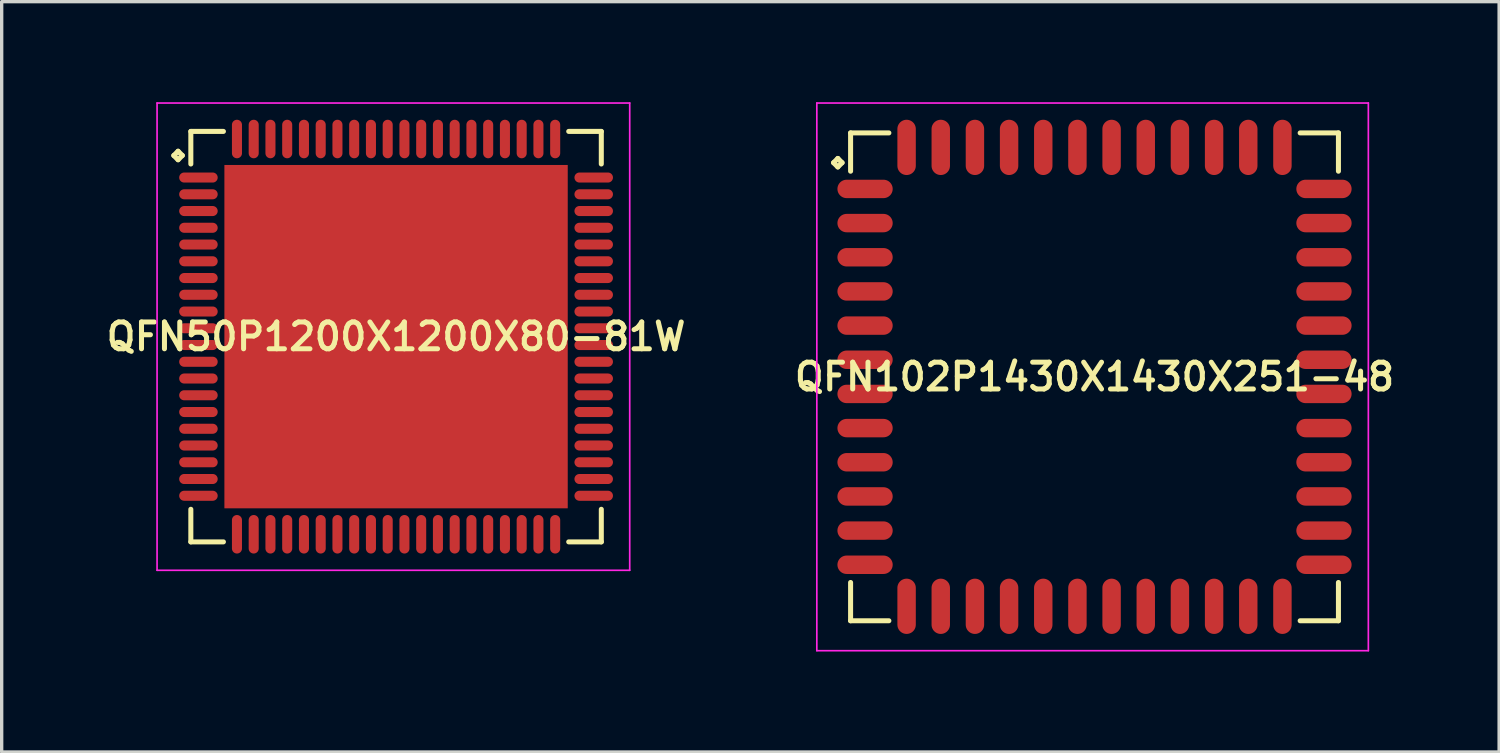
<source format=kicad_pcb>
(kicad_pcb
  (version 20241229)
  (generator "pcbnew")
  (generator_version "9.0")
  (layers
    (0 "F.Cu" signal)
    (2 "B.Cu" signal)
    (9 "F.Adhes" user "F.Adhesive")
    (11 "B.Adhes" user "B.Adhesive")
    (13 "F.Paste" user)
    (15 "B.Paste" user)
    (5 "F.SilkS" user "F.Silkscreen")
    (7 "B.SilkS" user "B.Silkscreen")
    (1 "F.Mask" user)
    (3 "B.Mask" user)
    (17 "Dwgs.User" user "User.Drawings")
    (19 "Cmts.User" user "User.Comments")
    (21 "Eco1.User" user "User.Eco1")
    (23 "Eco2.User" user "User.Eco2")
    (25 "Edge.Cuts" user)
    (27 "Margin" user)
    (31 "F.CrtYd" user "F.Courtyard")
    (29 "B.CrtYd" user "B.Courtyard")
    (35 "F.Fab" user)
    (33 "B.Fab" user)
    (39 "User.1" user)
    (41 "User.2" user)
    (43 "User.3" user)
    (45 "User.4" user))
  (footprint "QFN50P1200X1200X80-81W"
    (layer "F.Cu")
    (at 8.774 7)
    (property "Reference" "QFN50P1200X1200X80-81W" (at 0 0 0) (layer "F.SilkS") (effects (font (size 0.8 0.8) (thickness 0.15))))
    (attr smd)
    (fp_line (start -6.635 -5.408) (end -6.508 -5.535) (stroke (width 0.15) (type solid)) (layer "F.SilkS"))
    (fp_line (start -6.508 -5.535) (end -6.381 -5.408) (stroke (width 0.15) (type solid)) (layer "F.SilkS"))
    (fp_line (start -6.508 -5.281) (end -6.635 -5.408) (stroke (width 0.15) (type solid)) (layer "F.SilkS"))
    (fp_line (start -6.381 -5.408) (end -6.508 -5.281) (stroke (width 0.15) (type solid)) (layer "F.SilkS"))
    (fp_line (start -6.127 -6.127) (end -5.154 -6.127) (stroke (width 0.15) (type solid)) (layer "F.SilkS"))
    (fp_line (start -6.127 -5.154) (end -6.127 -6.127) (stroke (width 0.15) (type solid)) (layer "F.SilkS"))
    (fp_line (start -6.127 5.154) (end -6.127 6.127) (stroke (width 0.15) (type solid)) (layer "F.SilkS"))
    (fp_line (start -6.127 6.127) (end -5.154 6.127) (stroke (width 0.15) (type solid)) (layer "F.SilkS"))
    (fp_line (start 5.154 -6.127) (end 6.127 -6.127) (stroke (width 0.15) (type solid)) (layer "F.SilkS"))
    (fp_line (start 5.154 6.127) (end 6.127 6.127) (stroke (width 0.15) (type solid)) (layer "F.SilkS"))
    (fp_line (start 6.127 -6.127) (end 6.127 -5.154) (stroke (width 0.15) (type solid)) (layer "F.SilkS"))
    (fp_line (start 6.127 6.127) (end 6.127 5.154) (stroke (width 0.15) (type solid)) (layer "F.SilkS"))
    (fp_line (start -7.135 -6.975) (end 6.975 -6.975) (stroke (width 0.05) (type solid)) (layer "F.CrtYd"))
    (fp_line (start -7.135 6.975) (end -7.135 -6.975) (stroke (width 0.05) (type solid)) (layer "F.CrtYd"))
    (fp_line (start 6.975 -6.975) (end 6.975 6.975) (stroke (width 0.05) (type solid)) (layer "F.CrtYd"))
    (fp_line (start 6.975 6.975) (end -7.135 6.975) (stroke (width 0.05) (type solid)) (layer "F.CrtYd"))
    (pad "1" smd oval (at -5.9 -4.75) (size 1.15 0.3) (layers "F.Cu" "F.Mask" "F.Paste"))
    (pad "2" smd oval (at -5.9 -4.25) (size 1.15 0.3) (layers "F.Cu" "F.Mask" "F.Paste"))
    (pad "3" smd oval (at -5.9 -3.75) (size 1.15 0.3) (layers "F.Cu" "F.Mask" "F.Paste"))
    (pad "4" smd oval (at -5.9 -3.25) (size 1.15 0.3) (layers "F.Cu" "F.Mask" "F.Paste"))
    (pad "5" smd oval (at -5.9 -2.75) (size 1.15 0.3) (layers "F.Cu" "F.Mask" "F.Paste"))
    (pad "6" smd oval (at -5.9 -2.25) (size 1.15 0.3) (layers "F.Cu" "F.Mask" "F.Paste"))
    (pad "7" smd oval (at -5.9 -1.75) (size 1.15 0.3) (layers "F.Cu" "F.Mask" "F.Paste"))
    (pad "8" smd oval (at -5.9 -1.25) (size 1.15 0.3) (layers "F.Cu" "F.Mask" "F.Paste"))
    (pad "9" smd oval (at -5.9 -0.75) (size 1.15 0.3) (layers "F.Cu" "F.Mask" "F.Paste"))
    (pad "10" smd oval (at -5.9 -0.25) (size 1.15 0.3) (layers "F.Cu" "F.Mask" "F.Paste"))
    (pad "11" smd oval (at -5.9 0.25) (size 1.15 0.3) (layers "F.Cu" "F.Mask" "F.Paste"))
    (pad "12" smd oval (at -5.9 0.75) (size 1.15 0.3) (layers "F.Cu" "F.Mask" "F.Paste"))
    (pad "13" smd oval (at -5.9 1.25) (size 1.15 0.3) (layers "F.Cu" "F.Mask" "F.Paste"))
    (pad "14" smd oval (at -5.9 1.75) (size 1.15 0.3) (layers "F.Cu" "F.Mask" "F.Paste"))
    (pad "15" smd oval (at -5.9 2.25) (size 1.15 0.3) (layers "F.Cu" "F.Mask" "F.Paste"))
    (pad "16" smd oval (at -5.9 2.75) (size 1.15 0.3) (layers "F.Cu" "F.Mask" "F.Paste"))
    (pad "17" smd oval (at -5.9 3.25) (size 1.15 0.3) (layers "F.Cu" "F.Mask" "F.Paste"))
    (pad "18" smd oval (at -5.9 3.75) (size 1.15 0.3) (layers "F.Cu" "F.Mask" "F.Paste"))
    (pad "19" smd oval (at -5.9 4.25) (size 1.15 0.3) (layers "F.Cu" "F.Mask" "F.Paste"))
    (pad "20" smd oval (at -5.9 4.75) (size 1.15 0.3) (layers "F.Cu" "F.Mask" "F.Paste"))
    (pad "21" smd oval (at -4.75 5.9) (size 0.3 1.15) (layers "F.Cu" "F.Mask" "F.Paste"))
    (pad "22" smd oval (at -4.25 5.9) (size 0.3 1.15) (layers "F.Cu" "F.Mask" "F.Paste"))
    (pad "23" smd oval (at -3.75 5.9) (size 0.3 1.15) (layers "F.Cu" "F.Mask" "F.Paste"))
    (pad "24" smd oval (at -3.25 5.9) (size 0.3 1.15) (layers "F.Cu" "F.Mask" "F.Paste"))
    (pad "25" smd oval (at -2.75 5.9) (size 0.3 1.15) (layers "F.Cu" "F.Mask" "F.Paste"))
    (pad "26" smd oval (at -2.25 5.9) (size 0.3 1.15) (layers "F.Cu" "F.Mask" "F.Paste"))
    (pad "27" smd oval (at -1.75 5.9) (size 0.3 1.15) (layers "F.Cu" "F.Mask" "F.Paste"))
    (pad "28" smd oval (at -1.25 5.9) (size 0.3 1.15) (layers "F.Cu" "F.Mask" "F.Paste"))
    (pad "29" smd oval (at -0.75 5.9) (size 0.3 1.15) (layers "F.Cu" "F.Mask" "F.Paste"))
    (pad "30" smd oval (at -0.25 5.9) (size 0.3 1.15) (layers "F.Cu" "F.Mask" "F.Paste"))
    (pad "31" smd oval (at 0.25 5.9) (size 0.3 1.15) (layers "F.Cu" "F.Mask" "F.Paste"))
    (pad "32" smd oval (at 0.75 5.9) (size 0.3 1.15) (layers "F.Cu" "F.Mask" "F.Paste"))
    (pad "33" smd oval (at 1.25 5.9) (size 0.3 1.15) (layers "F.Cu" "F.Mask" "F.Paste"))
    (pad "34" smd oval (at 1.75 5.9) (size 0.3 1.15) (layers "F.Cu" "F.Mask" "F.Paste"))
    (pad "35" smd oval (at 2.25 5.9) (size 0.3 1.15) (layers "F.Cu" "F.Mask" "F.Paste"))
    (pad "36" smd oval (at 2.75 5.9) (size 0.3 1.15) (layers "F.Cu" "F.Mask" "F.Paste"))
    (pad "37" smd oval (at 3.25 5.9) (size 0.3 1.15) (layers "F.Cu" "F.Mask" "F.Paste"))
    (pad "38" smd oval (at 3.75 5.9) (size 0.3 1.15) (layers "F.Cu" "F.Mask" "F.Paste"))
    (pad "39" smd oval (at 4.25 5.9) (size 0.3 1.15) (layers "F.Cu" "F.Mask" "F.Paste"))
    (pad "40" smd oval (at 4.75 5.9) (size 0.3 1.15) (layers "F.Cu" "F.Mask" "F.Paste"))
    (pad "41" smd oval (at 5.9 4.75) (size 1.15 0.3) (layers "F.Cu" "F.Mask" "F.Paste"))
    (pad "42" smd oval (at 5.9 4.25) (size 1.15 0.3) (layers "F.Cu" "F.Mask" "F.Paste"))
    (pad "43" smd oval (at 5.9 3.75) (size 1.15 0.3) (layers "F.Cu" "F.Mask" "F.Paste"))
    (pad "44" smd oval (at 5.9 3.25) (size 1.15 0.3) (layers "F.Cu" "F.Mask" "F.Paste"))
    (pad "45" smd oval (at 5.9 2.75) (size 1.15 0.3) (layers "F.Cu" "F.Mask" "F.Paste"))
    (pad "46" smd oval (at 5.9 2.25) (size 1.15 0.3) (layers "F.Cu" "F.Mask" "F.Paste"))
    (pad "47" smd oval (at 5.9 1.75) (size 1.15 0.3) (layers "F.Cu" "F.Mask" "F.Paste"))
    (pad "48" smd oval (at 5.9 1.25) (size 1.15 0.3) (layers "F.Cu" "F.Mask" "F.Paste"))
    (pad "49" smd oval (at 5.9 0.75) (size 1.15 0.3) (layers "F.Cu" "F.Mask" "F.Paste"))
    (pad "50" smd oval (at 5.9 0.25) (size 1.15 0.3) (layers "F.Cu" "F.Mask" "F.Paste"))
    (pad "51" smd oval (at 5.9 -0.25) (size 1.15 0.3) (layers "F.Cu" "F.Mask" "F.Paste"))
    (pad "52" smd oval (at 5.9 -0.75) (size 1.15 0.3) (layers "F.Cu" "F.Mask" "F.Paste"))
    (pad "53" smd oval (at 5.9 -1.25) (size 1.15 0.3) (layers "F.Cu" "F.Mask" "F.Paste"))
    (pad "54" smd oval (at 5.9 -1.75) (size 1.15 0.3) (layers "F.Cu" "F.Mask" "F.Paste"))
    (pad "55" smd oval (at 5.9 -2.25) (size 1.15 0.3) (layers "F.Cu" "F.Mask" "F.Paste"))
    (pad "56" smd oval (at 5.9 -2.75) (size 1.15 0.3) (layers "F.Cu" "F.Mask" "F.Paste"))
    (pad "57" smd oval (at 5.9 -3.25) (size 1.15 0.3) (layers "F.Cu" "F.Mask" "F.Paste"))
    (pad "58" smd oval (at 5.9 -3.75) (size 1.15 0.3) (layers "F.Cu" "F.Mask" "F.Paste"))
    (pad "59" smd oval (at 5.9 -4.25) (size 1.15 0.3) (layers "F.Cu" "F.Mask" "F.Paste"))
    (pad "60" smd oval (at 5.9 -4.75) (size 1.15 0.3) (layers "F.Cu" "F.Mask" "F.Paste"))
    (pad "61" smd oval (at 4.75 -5.9) (size 0.3 1.15) (layers "F.Cu" "F.Mask" "F.Paste"))
    (pad "62" smd oval (at 4.25 -5.9) (size 0.3 1.15) (layers "F.Cu" "F.Mask" "F.Paste"))
    (pad "63" smd oval (at 3.75 -5.9) (size 0.3 1.15) (layers "F.Cu" "F.Mask" "F.Paste"))
    (pad "64" smd oval (at 3.25 -5.9) (size 0.3 1.15) (layers "F.Cu" "F.Mask" "F.Paste"))
    (pad "65" smd oval (at 2.75 -5.9) (size 0.3 1.15) (layers "F.Cu" "F.Mask" "F.Paste"))
    (pad "66" smd oval (at 2.25 -5.9) (size 0.3 1.15) (layers "F.Cu" "F.Mask" "F.Paste"))
    (pad "67" smd oval (at 1.75 -5.9) (size 0.3 1.15) (layers "F.Cu" "F.Mask" "F.Paste"))
    (pad "68" smd oval (at 1.25 -5.9) (size 0.3 1.15) (layers "F.Cu" "F.Mask" "F.Paste"))
    (pad "69" smd oval (at 0.75 -5.9) (size 0.3 1.15) (layers "F.Cu" "F.Mask" "F.Paste"))
    (pad "70" smd oval (at 0.25 -5.9) (size 0.3 1.15) (layers "F.Cu" "F.Mask" "F.Paste"))
    (pad "71" smd oval (at -0.25 -5.9) (size 0.3 1.15) (layers "F.Cu" "F.Mask" "F.Paste"))
    (pad "72" smd oval (at -0.75 -5.9) (size 0.3 1.15) (layers "F.Cu" "F.Mask" "F.Paste"))
    (pad "73" smd oval (at -1.25 -5.9) (size 0.3 1.15) (layers "F.Cu" "F.Mask" "F.Paste"))
    (pad "74" smd oval (at -1.75 -5.9) (size 0.3 1.15) (layers "F.Cu" "F.Mask" "F.Paste"))
    (pad "75" smd oval (at -2.25 -5.9) (size 0.3 1.15) (layers "F.Cu" "F.Mask" "F.Paste"))
    (pad "76" smd oval (at -2.75 -5.9) (size 0.3 1.15) (layers "F.Cu" "F.Mask" "F.Paste"))
    (pad "77" smd oval (at -3.25 -5.9) (size 0.3 1.15) (layers "F.Cu" "F.Mask" "F.Paste"))
    (pad "78" smd oval (at -3.75 -5.9) (size 0.3 1.15) (layers "F.Cu" "F.Mask" "F.Paste"))
    (pad "79" smd oval (at -4.25 -5.9) (size 0.3 1.15) (layers "F.Cu" "F.Mask" "F.Paste"))
    (pad "80" smd oval (at -4.75 -5.9) (size 0.3 1.15) (layers "F.Cu" "F.Mask" "F.Paste"))
    (pad "81" smd rect (at 0 0) (size 10.25 10.25) (layers "F.Cu" "F.Mask" "F.Paste")))
  (footprint "QFN102P1430X1430X251-48"
    (layer "F.Cu")
    (at 29.625 8.2)
    (property "Reference" "QFN102P1430X1430X251-48" (at 0 0 0) (layer "F.SilkS") (effects (font (size 0.8 0.8) (thickness 0.15))))
    (attr smd)
    (fp_line (start -7.79 -6.393) (end -7.663 -6.52) (stroke (width 0.15) (type solid)) (layer "F.SilkS"))
    (fp_line (start -7.663 -6.52) (end -7.536 -6.393) (stroke (width 0.15) (type solid)) (layer "F.SilkS"))
    (fp_line (start -7.663 -6.266) (end -7.79 -6.393) (stroke (width 0.15) (type solid)) (layer "F.SilkS"))
    (fp_line (start -7.536 -6.393) (end -7.663 -6.266) (stroke (width 0.15) (type solid)) (layer "F.SilkS"))
    (fp_line (start -7.282 -7.282) (end -6.139 -7.282) (stroke (width 0.15) (type solid)) (layer "F.SilkS"))
    (fp_line (start -7.282 -6.139) (end -7.282 -7.282) (stroke (width 0.15) (type solid)) (layer "F.SilkS"))
    (fp_line (start -7.282 6.139) (end -7.282 7.282) (stroke (width 0.15) (type solid)) (layer "F.SilkS"))
    (fp_line (start -7.282 7.282) (end -6.139 7.282) (stroke (width 0.15) (type solid)) (layer "F.SilkS"))
    (fp_line (start 6.139 -7.282) (end 7.282 -7.282) (stroke (width 0.15) (type solid)) (layer "F.SilkS"))
    (fp_line (start 6.139 7.282) (end 7.282 7.282) (stroke (width 0.15) (type solid)) (layer "F.SilkS"))
    (fp_line (start 7.282 -7.282) (end 7.282 -6.139) (stroke (width 0.15) (type solid)) (layer "F.SilkS"))
    (fp_line (start 7.282 7.282) (end 7.282 6.139) (stroke (width 0.15) (type solid)) (layer "F.SilkS"))
    (fp_line (start -8.29 -8.175) (end 8.175 -8.175) (stroke (width 0.05) (type solid)) (layer "F.CrtYd"))
    (fp_line (start -8.29 8.175) (end -8.29 -8.175) (stroke (width 0.05) (type solid)) (layer "F.CrtYd"))
    (fp_line (start 8.175 -8.175) (end 8.175 8.175) (stroke (width 0.05) (type solid)) (layer "F.CrtYd"))
    (fp_line (start 8.175 8.175) (end -8.29 8.175) (stroke (width 0.05) (type solid)) (layer "F.CrtYd"))
    (pad "1" smd oval (at -6.85 -5.61) (size 1.65 0.55) (layers "F.Cu" "F.Mask" "F.Paste"))
    (pad "2" smd oval (at -6.85 -4.59) (size 1.65 0.55) (layers "F.Cu" "F.Mask" "F.Paste"))
    (pad "3" smd oval (at -6.85 -3.57) (size 1.65 0.55) (layers "F.Cu" "F.Mask" "F.Paste"))
    (pad "4" smd oval (at -6.85 -2.55) (size 1.65 0.55) (layers "F.Cu" "F.Mask" "F.Paste"))
    (pad "5" smd oval (at -6.85 -1.53) (size 1.65 0.55) (layers "F.Cu" "F.Mask" "F.Paste"))
    (pad "6" smd oval (at -6.85 -0.51) (size 1.65 0.55) (layers "F.Cu" "F.Mask" "F.Paste"))
    (pad "7" smd oval (at -6.85 0.51) (size 1.65 0.55) (layers "F.Cu" "F.Mask" "F.Paste"))
    (pad "8" smd oval (at -6.85 1.53) (size 1.65 0.55) (layers "F.Cu" "F.Mask" "F.Paste"))
    (pad "9" smd oval (at -6.85 2.55) (size 1.65 0.55) (layers "F.Cu" "F.Mask" "F.Paste"))
    (pad "10" smd oval (at -6.85 3.57) (size 1.65 0.55) (layers "F.Cu" "F.Mask" "F.Paste"))
    (pad "11" smd oval (at -6.85 4.59) (size 1.65 0.55) (layers "F.Cu" "F.Mask" "F.Paste"))
    (pad "12" smd oval (at -6.85 5.61) (size 1.65 0.55) (layers "F.Cu" "F.Mask" "F.Paste"))
    (pad "13" smd oval (at -5.61 6.85) (size 0.55 1.65) (layers "F.Cu" "F.Mask" "F.Paste"))
    (pad "14" smd oval (at -4.59 6.85) (size 0.55 1.65) (layers "F.Cu" "F.Mask" "F.Paste"))
    (pad "15" smd oval (at -3.57 6.85) (size 0.55 1.65) (layers "F.Cu" "F.Mask" "F.Paste"))
    (pad "16" smd oval (at -2.55 6.85) (size 0.55 1.65) (layers "F.Cu" "F.Mask" "F.Paste"))
    (pad "17" smd oval (at -1.53 6.85) (size 0.55 1.65) (layers "F.Cu" "F.Mask" "F.Paste"))
    (pad "18" smd oval (at -0.51 6.85) (size 0.55 1.65) (layers "F.Cu" "F.Mask" "F.Paste"))
    (pad "19" smd oval (at 0.51 6.85) (size 0.55 1.65) (layers "F.Cu" "F.Mask" "F.Paste"))
    (pad "20" smd oval (at 1.53 6.85) (size 0.55 1.65) (layers "F.Cu" "F.Mask" "F.Paste"))
    (pad "21" smd oval (at 2.55 6.85) (size 0.55 1.65) (layers "F.Cu" "F.Mask" "F.Paste"))
    (pad "22" smd oval (at 3.57 6.85) (size 0.55 1.65) (layers "F.Cu" "F.Mask" "F.Paste"))
    (pad "23" smd oval (at 4.59 6.85) (size 0.55 1.65) (layers "F.Cu" "F.Mask" "F.Paste"))
    (pad "24" smd oval (at 5.61 6.85) (size 0.55 1.65) (layers "F.Cu" "F.Mask" "F.Paste"))
    (pad "25" smd oval (at 6.85 5.61) (size 1.65 0.55) (layers "F.Cu" "F.Mask" "F.Paste"))
    (pad "26" smd oval (at 6.85 4.59) (size 1.65 0.55) (layers "F.Cu" "F.Mask" "F.Paste"))
    (pad "27" smd oval (at 6.85 3.57) (size 1.65 0.55) (layers "F.Cu" "F.Mask" "F.Paste"))
    (pad "28" smd oval (at 6.85 2.55) (size 1.65 0.55) (layers "F.Cu" "F.Mask" "F.Paste"))
    (pad "29" smd oval (at 6.85 1.53) (size 1.65 0.55) (layers "F.Cu" "F.Mask" "F.Paste"))
    (pad "30" smd oval (at 6.85 0.51) (size 1.65 0.55) (layers "F.Cu" "F.Mask" "F.Paste"))
    (pad "31" smd oval (at 6.85 -0.51) (size 1.65 0.55) (layers "F.Cu" "F.Mask" "F.Paste"))
    (pad "32" smd oval (at 6.85 -1.53) (size 1.65 0.55) (layers "F.Cu" "F.Mask" "F.Paste"))
    (pad "33" smd oval (at 6.85 -2.55) (size 1.65 0.55) (layers "F.Cu" "F.Mask" "F.Paste"))
    (pad "34" smd oval (at 6.85 -3.57) (size 1.65 0.55) (layers "F.Cu" "F.Mask" "F.Paste"))
    (pad "35" smd oval (at 6.85 -4.59) (size 1.65 0.55) (layers "F.Cu" "F.Mask" "F.Paste"))
    (pad "36" smd oval (at 6.85 -5.61) (size 1.65 0.55) (layers "F.Cu" "F.Mask" "F.Paste"))
    (pad "37" smd oval (at 5.61 -6.85) (size 0.55 1.65) (layers "F.Cu" "F.Mask" "F.Paste"))
    (pad "38" smd oval (at 4.59 -6.85) (size 0.55 1.65) (layers "F.Cu" "F.Mask" "F.Paste"))
    (pad "39" smd oval (at 3.57 -6.85) (size 0.55 1.65) (layers "F.Cu" "F.Mask" "F.Paste"))
    (pad "40" smd oval (at 2.55 -6.85) (size 0.55 1.65) (layers "F.Cu" "F.Mask" "F.Paste"))
    (pad "41" smd oval (at 1.53 -6.85) (size 0.55 1.65) (layers "F.Cu" "F.Mask" "F.Paste"))
    (pad "42" smd oval (at 0.51 -6.85) (size 0.55 1.65) (layers "F.Cu" "F.Mask" "F.Paste"))
    (pad "43" smd oval (at -0.51 -6.85) (size 0.55 1.65) (layers "F.Cu" "F.Mask" "F.Paste"))
    (pad "44" smd oval (at -1.53 -6.85) (size 0.55 1.65) (layers "F.Cu" "F.Mask" "F.Paste"))
    (pad "45" smd oval (at -2.55 -6.85) (size 0.55 1.65) (layers "F.Cu" "F.Mask" "F.Paste"))
    (pad "46" smd oval (at -3.57 -6.85) (size 0.55 1.65) (layers "F.Cu" "F.Mask" "F.Paste"))
    (pad "47" smd oval (at -4.59 -6.85) (size 0.55 1.65) (layers "F.Cu" "F.Mask" "F.Paste"))
    (pad "48" smd oval (at -5.61 -6.85) (size 0.55 1.65) (layers "F.Cu" "F.Mask" "F.Paste")))
  (gr_rect
    (start -3 -3)
    (end 41.704 19.4)
    (stroke (width 0.1) (type default))
    (fill no)
    (layer "Edge.Cuts")))
</source>
